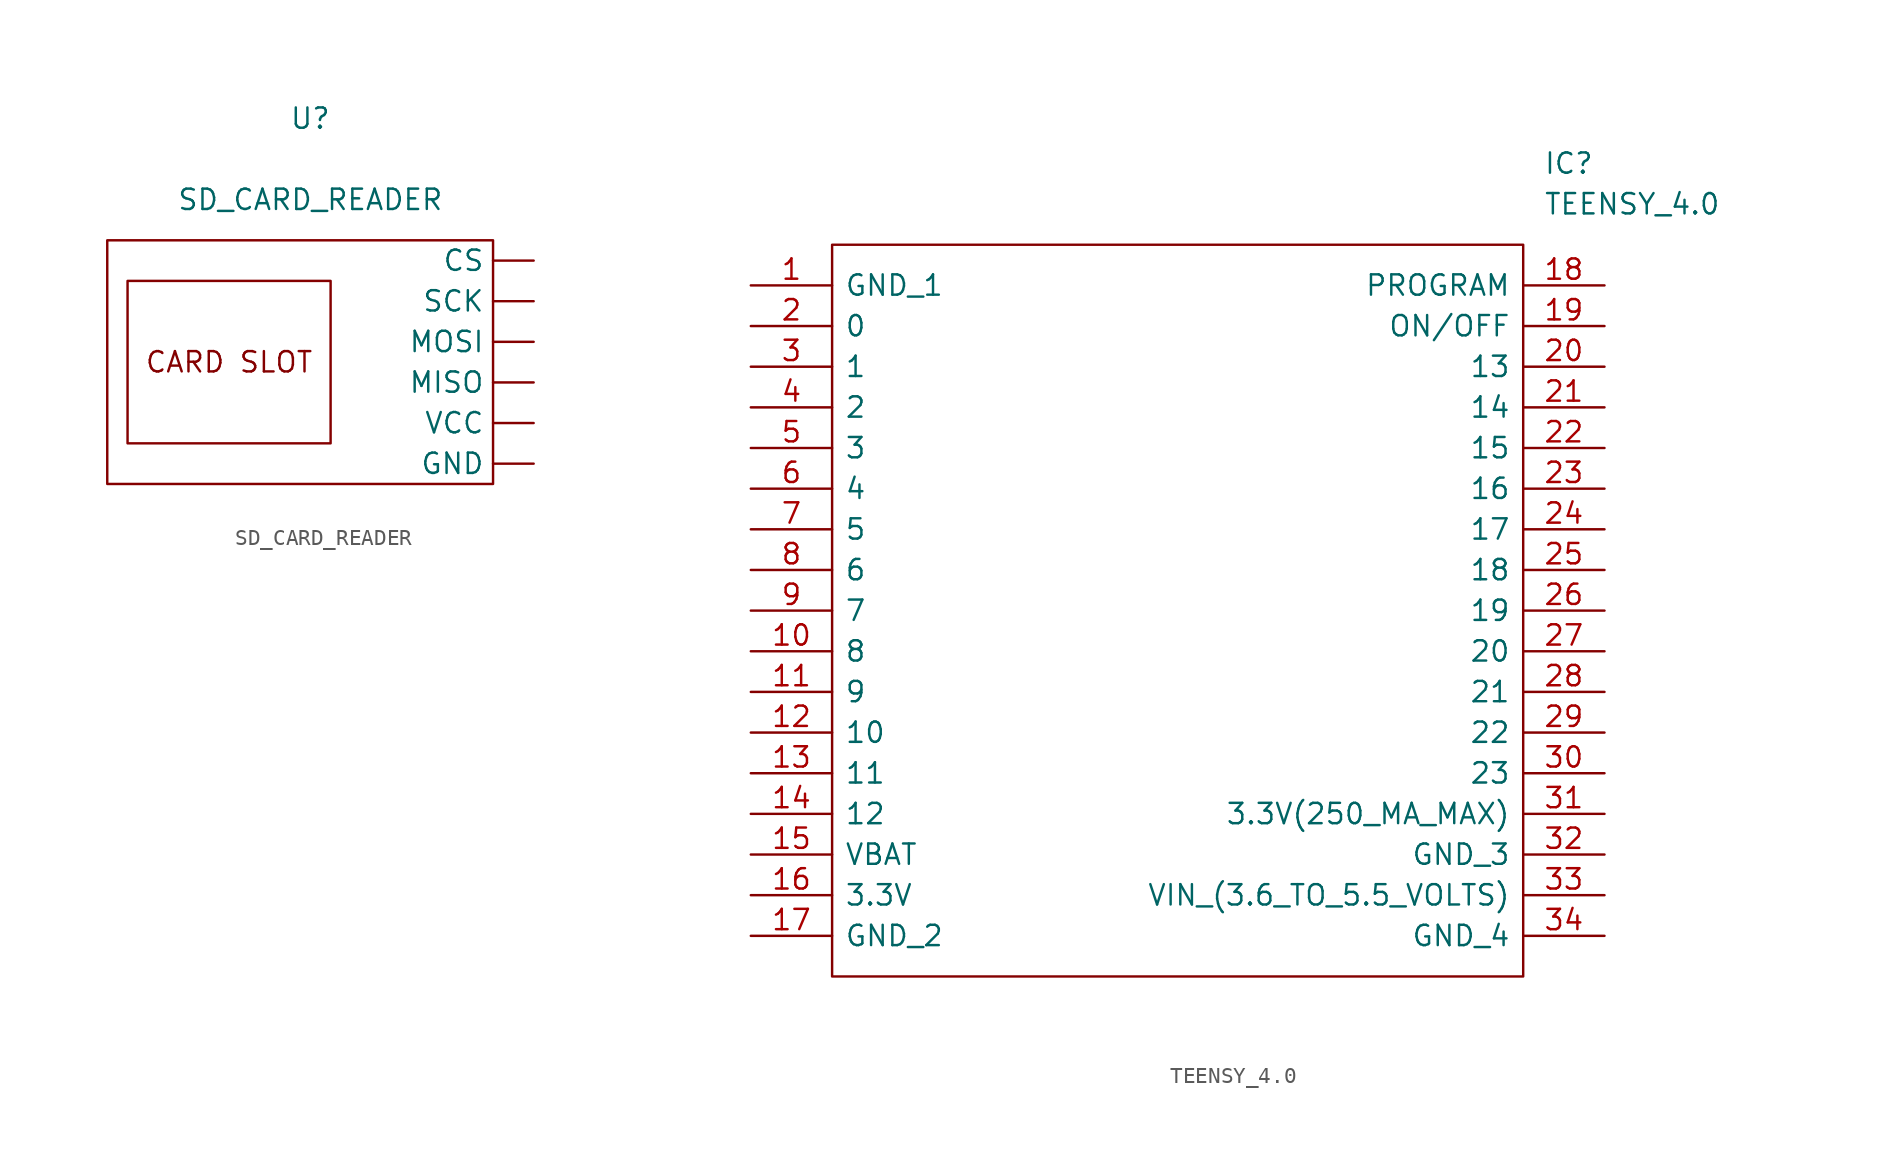
<source format=kicad_sym>
(kicad_symbol_lib
  (version 20211014)
  (generator kicad_symbol_editor)
  (symbol "SD_CARD_READER"
    (property "Reference" "U"
      (at -11.43 21.59 0)
      (effects (font (size 1.27 1.27))))
    (property "Value" "SD_CARD_READER"
      (at -11.43 16.51 0)
      (effects (font (size 1.27 1.27))))
    (symbol "SD_CARD_READER_0_0"
      (text "CARD SLOT" (at -16.51 6.35 0) (effects (font (size 1.27 1.27)))))
    (symbol "SD_CARD_READER_0_1"
      (rectangle (start -22.86 11.43) (end -10.16 1.27) (stroke (width 0) (type default) (color 0 0 0 0)) (fill (type none)))
      (rectangle (start 0 13.97) (end -24.13 -1.27) (stroke (width 0) (type default) (color 0 0 0 0)) (fill (type none))))
    (symbol "SD_CARD_READER_1_1"
      (pin input line (at 2.54 12.7 180) (length 2.54) (name "CS" (effects (font (size 1.27 1.27)))) (number "" (effects (font (size 1.27 1.27)))))
      (pin input line (at 2.54 0 180) (length 2.54) (name "GND" (effects (font (size 1.27 1.27)))) (number "" (effects (font (size 1.27 1.27)))))
      (pin input line (at 2.54 5.08 180) (length 2.54) (name "MISO" (effects (font (size 1.27 1.27)))) (number "" (effects (font (size 1.27 1.27)))))
      (pin input line (at 2.54 7.62 180) (length 2.54) (name "MOSI" (effects (font (size 1.27 1.27)))) (number "" (effects (font (size 1.27 1.27)))))
      (pin input line (at 2.54 10.16 180) (length 2.54) (name "SCK" (effects (font (size 1.27 1.27)))) (number "" (effects (font (size 1.27 1.27)))))
      (pin input line (at 2.54 2.54 180) (length 2.54) (name "VCC" (effects (font (size 1.27 1.27)))) (number "" (effects (font (size 1.27 1.27)))))))
  (symbol "TEENSY_4.0"
    (pin_names
      (offset 0.762))
    (property "Reference" "IC"
      (at 49.53 7.62 0)
      (effects (font (size 1.27 1.27)) (justify left)))
    (property "Value" "TEENSY_4.0"
      (at 49.53 5.08 0)
      (effects (font (size 1.27 1.27)) (justify left)))
    (symbol "TEENSY_4.0_0_0"
      (pin passive line (at 0 0 0) (length 5.08) (name "GND_1" (effects (font (size 1.27 1.27)))) (number "1" (effects (font (size 1.27 1.27)))))
      (pin passive line (at 0 -22.86 0) (length 5.08) (name "8" (effects (font (size 1.27 1.27)))) (number "10" (effects (font (size 1.27 1.27)))))
      (pin passive line (at 0 -25.4 0) (length 5.08) (name "9" (effects (font (size 1.27 1.27)))) (number "11" (effects (font (size 1.27 1.27)))))
      (pin passive line (at 0 -27.94 0) (length 5.08) (name "10" (effects (font (size 1.27 1.27)))) (number "12" (effects (font (size 1.27 1.27)))))
      (pin passive line (at 0 -30.48 0) (length 5.08) (name "11" (effects (font (size 1.27 1.27)))) (number "13" (effects (font (size 1.27 1.27)))))
      (pin passive line (at 0 -33.02 0) (length 5.08) (name "12" (effects (font (size 1.27 1.27)))) (number "14" (effects (font (size 1.27 1.27)))))
      (pin passive line (at 0 -35.56 0) (length 5.08) (name "VBAT" (effects (font (size 1.27 1.27)))) (number "15" (effects (font (size 1.27 1.27)))))
      (pin passive line (at 0 -38.1 0) (length 5.08) (name "3.3V" (effects (font (size 1.27 1.27)))) (number "16" (effects (font (size 1.27 1.27)))))
      (pin passive line (at 0 -40.64 0) (length 5.08) (name "GND_2" (effects (font (size 1.27 1.27)))) (number "17" (effects (font (size 1.27 1.27)))))
      (pin passive line (at 53.34 0 180) (length 5.08) (name "PROGRAM" (effects (font (size 1.27 1.27)))) (number "18" (effects (font (size 1.27 1.27)))))
      (pin passive line (at 53.34 -2.54 180) (length 5.08) (name "ON/OFF" (effects (font (size 1.27 1.27)))) (number "19" (effects (font (size 1.27 1.27)))))
      (pin passive line (at 0 -2.54 0) (length 5.08) (name "0" (effects (font (size 1.27 1.27)))) (number "2" (effects (font (size 1.27 1.27)))))
      (pin passive line (at 53.34 -5.08 180) (length 5.08) (name "13" (effects (font (size 1.27 1.27)))) (number "20" (effects (font (size 1.27 1.27)))))
      (pin passive line (at 53.34 -7.62 180) (length 5.08) (name "14" (effects (font (size 1.27 1.27)))) (number "21" (effects (font (size 1.27 1.27)))))
      (pin passive line (at 53.34 -10.16 180) (length 5.08) (name "15" (effects (font (size 1.27 1.27)))) (number "22" (effects (font (size 1.27 1.27)))))
      (pin passive line (at 53.34 -12.7 180) (length 5.08) (name "16" (effects (font (size 1.27 1.27)))) (number "23" (effects (font (size 1.27 1.27)))))
      (pin passive line (at 53.34 -15.24 180) (length 5.08) (name "17" (effects (font (size 1.27 1.27)))) (number "24" (effects (font (size 1.27 1.27)))))
      (pin passive line (at 53.34 -17.78 180) (length 5.08) (name "18" (effects (font (size 1.27 1.27)))) (number "25" (effects (font (size 1.27 1.27)))))
      (pin passive line (at 53.34 -20.32 180) (length 5.08) (name "19" (effects (font (size 1.27 1.27)))) (number "26" (effects (font (size 1.27 1.27)))))
      (pin passive line (at 53.34 -22.86 180) (length 5.08) (name "20" (effects (font (size 1.27 1.27)))) (number "27" (effects (font (size 1.27 1.27)))))
      (pin passive line (at 53.34 -25.4 180) (length 5.08) (name "21" (effects (font (size 1.27 1.27)))) (number "28" (effects (font (size 1.27 1.27)))))
      (pin passive line (at 53.34 -27.94 180) (length 5.08) (name "22" (effects (font (size 1.27 1.27)))) (number "29" (effects (font (size 1.27 1.27)))))
      (pin passive line (at 0 -5.08 0) (length 5.08) (name "1" (effects (font (size 1.27 1.27)))) (number "3" (effects (font (size 1.27 1.27)))))
      (pin passive line (at 53.34 -30.48 180) (length 5.08) (name "23" (effects (font (size 1.27 1.27)))) (number "30" (effects (font (size 1.27 1.27)))))
      (pin passive line (at 53.34 -33.02 180) (length 5.08) (name "3.3V(250_MA_MAX)" (effects (font (size 1.27 1.27)))) (number "31" (effects (font (size 1.27 1.27)))))
      (pin passive line (at 53.34 -35.56 180) (length 5.08) (name "GND_3" (effects (font (size 1.27 1.27)))) (number "32" (effects (font (size 1.27 1.27)))))
      (pin passive line (at 53.34 -38.1 180) (length 5.08) (name "VIN_(3.6_TO_5.5_VOLTS)" (effects (font (size 1.27 1.27)))) (number "33" (effects (font (size 1.27 1.27)))))
      (pin passive line (at 53.34 -40.64 180) (length 5.08) (name "GND_4" (effects (font (size 1.27 1.27)))) (number "34" (effects (font (size 1.27 1.27)))))
      (pin passive line (at 0 -7.62 0) (length 5.08) (name "2" (effects (font (size 1.27 1.27)))) (number "4" (effects (font (size 1.27 1.27)))))
      (pin passive line (at 0 -10.16 0) (length 5.08) (name "3" (effects (font (size 1.27 1.27)))) (number "5" (effects (font (size 1.27 1.27)))))
      (pin passive line (at 0 -12.7 0) (length 5.08) (name "4" (effects (font (size 1.27 1.27)))) (number "6" (effects (font (size 1.27 1.27)))))
      (pin passive line (at 0 -15.24 0) (length 5.08) (name "5" (effects (font (size 1.27 1.27)))) (number "7" (effects (font (size 1.27 1.27)))))
      (pin passive line (at 0 -17.78 0) (length 5.08) (name "6" (effects (font (size 1.27 1.27)))) (number "8" (effects (font (size 1.27 1.27)))))
      (pin passive line (at 0 -20.32 0) (length 5.08) (name "7" (effects (font (size 1.27 1.27)))) (number "9" (effects (font (size 1.27 1.27))))))
    (symbol "TEENSY_4.0_0_1"
      (polyline (pts (xy 5.08 2.54) (xy 48.26 2.54) (xy 48.26 -43.18) (xy 5.08 -43.18) (xy 5.08 2.54)) (stroke (width 0.152) (type default) (color 0 0 0 0)) (fill (type none))))))
</source>
